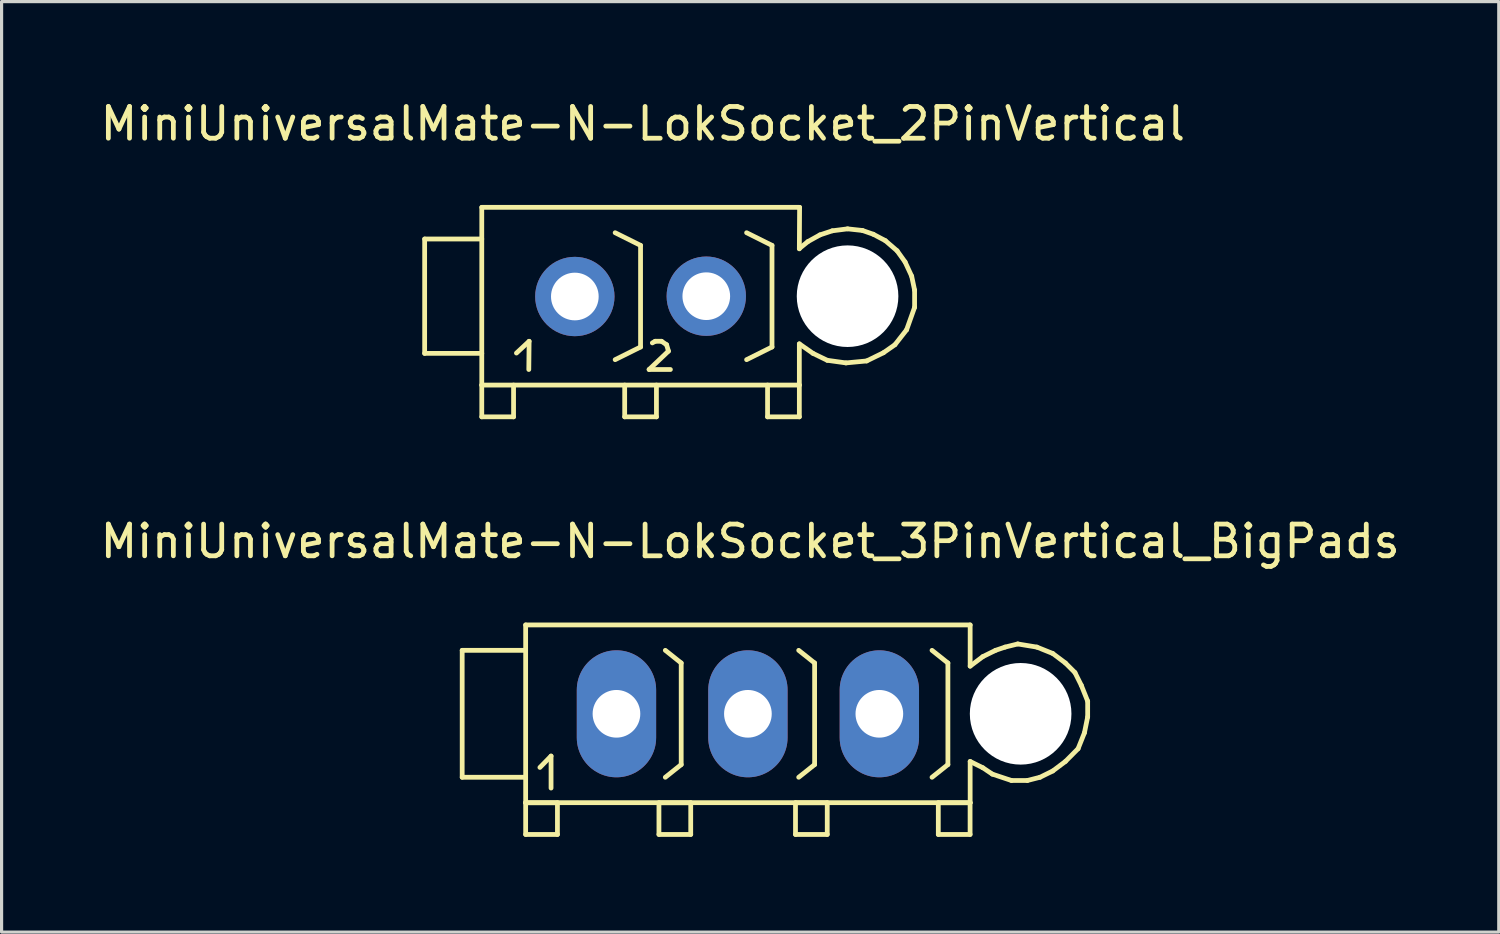
<source format=kicad_pcb>
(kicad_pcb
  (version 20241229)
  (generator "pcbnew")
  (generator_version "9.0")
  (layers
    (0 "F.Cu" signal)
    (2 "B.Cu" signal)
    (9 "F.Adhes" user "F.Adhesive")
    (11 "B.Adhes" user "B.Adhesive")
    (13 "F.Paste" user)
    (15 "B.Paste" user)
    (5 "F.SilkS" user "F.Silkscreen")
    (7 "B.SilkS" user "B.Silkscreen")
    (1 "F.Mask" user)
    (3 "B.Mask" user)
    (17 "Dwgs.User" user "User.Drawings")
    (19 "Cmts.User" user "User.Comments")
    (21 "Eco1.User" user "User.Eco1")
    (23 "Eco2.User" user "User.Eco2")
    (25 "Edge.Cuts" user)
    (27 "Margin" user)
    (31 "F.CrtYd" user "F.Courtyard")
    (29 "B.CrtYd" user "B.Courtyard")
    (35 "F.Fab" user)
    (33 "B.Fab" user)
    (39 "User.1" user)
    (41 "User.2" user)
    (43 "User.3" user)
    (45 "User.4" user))
  (footprint "MiniUniversalMate-N-LokSocket_3PinVertical_BigPads"
    (layer "F.Cu")
    (at 20.506 19.432)
    (property "Reference" "MiniUniversalMate-N-LokSocket_3PinVertical_BigPads" (at 0.071 -5.431 0) (layer "F.SilkS") (effects (font (size 1 1) (thickness 0.15))))
    (attr through_hole)
    (fp_line (start -8.999 -1.999) (end -8.999 1.999) (stroke (width 0.15) (type solid)) (layer "F.SilkS"))
    (fp_line (start -8.999 1.999) (end -7 1.999) (stroke (width 0.15) (type solid)) (layer "F.SilkS"))
    (fp_line (start -7 -2.799) (end -7 2.799) (stroke (width 0.15) (type solid)) (layer "F.SilkS"))
    (fp_line (start -7 -2.799) (end 7 -2.799) (stroke (width 0.15) (type solid)) (layer "F.SilkS"))
    (fp_line (start -7 -1.999) (end -8.999 -1.999) (stroke (width 0.15) (type solid)) (layer "F.SilkS"))
    (fp_line (start -7 2.799) (end 7 2.799) (stroke (width 0.15) (type solid)) (layer "F.SilkS"))
    (fp_line (start -7 2.802) (end -5.999 2.802) (stroke (width 0.15) (type solid)) (layer "F.SilkS"))
    (fp_line (start -7 3.8) (end -7 2.802) (stroke (width 0.15) (type solid)) (layer "F.SilkS"))
    (fp_line (start -6.551 1.689) (end -6.2 1.331) (stroke (width 0.15) (type solid)) (layer "F.SilkS"))
    (fp_line (start -6.2 1.331) (end -6.2 2.339) (stroke (width 0.15) (type solid)) (layer "F.SilkS"))
    (fp_line (start -5.999 2.802) (end -5.999 3.8) (stroke (width 0.15) (type solid)) (layer "F.SilkS"))
    (fp_line (start -5.999 3.8) (end -7 3.8) (stroke (width 0.15) (type solid)) (layer "F.SilkS"))
    (fp_line (start -2.802 2.802) (end -1.801 2.802) (stroke (width 0.15) (type solid)) (layer "F.SilkS"))
    (fp_line (start -2.802 3.8) (end -2.802 2.802) (stroke (width 0.15) (type solid)) (layer "F.SilkS"))
    (fp_line (start -2.101 -1.6) (end -2.601 -1.999) (stroke (width 0.15) (type solid)) (layer "F.SilkS"))
    (fp_line (start -2.101 -1.6) (end -2.101 1.6) (stroke (width 0.15) (type solid)) (layer "F.SilkS"))
    (fp_line (start -2.101 1.6) (end -2.601 1.999) (stroke (width 0.15) (type solid)) (layer "F.SilkS"))
    (fp_line (start -1.801 2.802) (end -1.801 3.8) (stroke (width 0.15) (type solid)) (layer "F.SilkS"))
    (fp_line (start -1.801 3.8) (end -2.802 3.8) (stroke (width 0.15) (type solid)) (layer "F.SilkS"))
    (fp_line (start 1.499 2.802) (end 2.499 2.802) (stroke (width 0.15) (type solid)) (layer "F.SilkS"))
    (fp_line (start 1.499 3.8) (end 1.499 2.802) (stroke (width 0.15) (type solid)) (layer "F.SilkS"))
    (fp_line (start 2.101 -1.6) (end 1.6 -1.999) (stroke (width 0.15) (type solid)) (layer "F.SilkS"))
    (fp_line (start 2.101 -1.6) (end 2.101 1.6) (stroke (width 0.15) (type solid)) (layer "F.SilkS"))
    (fp_line (start 2.101 1.6) (end 1.6 1.999) (stroke (width 0.15) (type solid)) (layer "F.SilkS"))
    (fp_line (start 2.499 2.802) (end 2.499 3.8) (stroke (width 0.15) (type solid)) (layer "F.SilkS"))
    (fp_line (start 2.499 3.8) (end 1.499 3.8) (stroke (width 0.15) (type solid)) (layer "F.SilkS"))
    (fp_line (start 5.997 2.802) (end 6.998 2.802) (stroke (width 0.15) (type solid)) (layer "F.SilkS"))
    (fp_line (start 5.997 3.8) (end 5.997 2.802) (stroke (width 0.15) (type solid)) (layer "F.SilkS"))
    (fp_line (start 6.299 -1.6) (end 5.799 -1.999) (stroke (width 0.15) (type solid)) (layer "F.SilkS"))
    (fp_line (start 6.299 -1.6) (end 6.299 1.6) (stroke (width 0.15) (type solid)) (layer "F.SilkS"))
    (fp_line (start 6.299 1.6) (end 5.799 1.999) (stroke (width 0.15) (type solid)) (layer "F.SilkS"))
    (fp_line (start 6.998 2.802) (end 6.998 3.8) (stroke (width 0.15) (type solid)) (layer "F.SilkS"))
    (fp_line (start 6.998 3.8) (end 5.997 3.8) (stroke (width 0.15) (type solid)) (layer "F.SilkS"))
    (fp_line (start 7 -2.799) (end 7 -1.501) (stroke (width 0.15) (type solid)) (layer "F.SilkS"))
    (fp_line (start 7 -1.501) (end 7.399 -1.801) (stroke (width 0.15) (type solid)) (layer "F.SilkS"))
    (fp_line (start 7 2.799) (end 7 1.501) (stroke (width 0.15) (type solid)) (layer "F.SilkS"))
    (fp_line (start 7.399 -1.801) (end 7.8 -1.999) (stroke (width 0.15) (type solid)) (layer "F.SilkS"))
    (fp_line (start 7.399 1.699) (end 7 1.501) (stroke (width 0.15) (type solid)) (layer "F.SilkS"))
    (fp_line (start 7.699 1.9) (end 7.399 1.699) (stroke (width 0.15) (type solid)) (layer "F.SilkS"))
    (fp_line (start 7.8 -1.999) (end 8.1 -2.101) (stroke (width 0.15) (type solid)) (layer "F.SilkS"))
    (fp_line (start 8.1 -2.101) (end 8.499 -2.2) (stroke (width 0.15) (type solid)) (layer "F.SilkS"))
    (fp_line (start 8.301 2.101) (end 7.699 1.9) (stroke (width 0.15) (type solid)) (layer "F.SilkS"))
    (fp_line (start 8.499 -2.2) (end 9.101 -2.101) (stroke (width 0.15) (type solid)) (layer "F.SilkS"))
    (fp_line (start 8.801 2.101) (end 8.301 2.101) (stroke (width 0.15) (type solid)) (layer "F.SilkS"))
    (fp_line (start 9.101 -2.101) (end 9.601 -1.9) (stroke (width 0.15) (type solid)) (layer "F.SilkS"))
    (fp_line (start 9.2 1.999) (end 8.801 2.101) (stroke (width 0.15) (type solid)) (layer "F.SilkS"))
    (fp_line (start 9.601 -1.9) (end 10 -1.6) (stroke (width 0.15) (type solid)) (layer "F.SilkS"))
    (fp_line (start 9.601 1.801) (end 9.2 1.999) (stroke (width 0.15) (type solid)) (layer "F.SilkS"))
    (fp_line (start 10 -1.6) (end 10.3 -1.3) (stroke (width 0.15) (type solid)) (layer "F.SilkS"))
    (fp_line (start 10 1.501) (end 9.601 1.801) (stroke (width 0.15) (type solid)) (layer "F.SilkS"))
    (fp_line (start 10.3 -1.3) (end 10.5 -0.899) (stroke (width 0.15) (type solid)) (layer "F.SilkS"))
    (fp_line (start 10.399 1.1) (end 10 1.501) (stroke (width 0.15) (type solid)) (layer "F.SilkS"))
    (fp_line (start 10.5 -0.899) (end 10.701 -0.399) (stroke (width 0.15) (type solid)) (layer "F.SilkS"))
    (fp_line (start 10.599 0.599) (end 10.399 1.1) (stroke (width 0.15) (type solid)) (layer "F.SilkS"))
    (fp_line (start 10.701 -0.399) (end 10.701 0.099) (stroke (width 0.15) (type solid)) (layer "F.SilkS"))
    (fp_line (start 10.701 0.099) (end 10.599 0.599) (stroke (width 0.15) (type solid)) (layer "F.SilkS"))
    (pad "" np_thru_hole circle (at 8.59 0) (size 3.2 3.2) (drill 3.2) (layers "*.Cu" "*.Mask"))
    (pad "1" thru_hole oval (at -4.14 0 90) (size 4 2.499) (drill 1.501) (layers "*.Cu" "*.Mask"))
    (pad "2" thru_hole oval (at 0 0 90) (size 4 2.499) (drill 1.501) (layers "*.Cu" "*.Mask"))
    (pad "3" thru_hole oval (at 4.14 0 90) (size 4 2.499) (drill 1.501) (layers "*.Cu" "*.Mask")))
  (footprint "MiniUniversalMate-N-LokSocket_2PinVertical"
    (layer "F.Cu")
    (at 17.125 6.279)
    (property "Reference" "MiniUniversalMate-N-LokSocket_2PinVertical" (at 0.071 -5.431 0) (layer "F.SilkS") (effects (font (size 1 1) (thickness 0.15))))
    (attr through_hole)
    (fp_line (start -6.8 -1.801) (end -6.8 1.801) (stroke (width 0.15) (type solid)) (layer "F.SilkS"))
    (fp_line (start -6.8 1.801) (end -5.001 1.801) (stroke (width 0.15) (type solid)) (layer "F.SilkS"))
    (fp_line (start -5.001 -2.799) (end -5.001 2.799) (stroke (width 0.15) (type solid)) (layer "F.SilkS"))
    (fp_line (start -5.001 -2.799) (end 5.009 -2.799) (stroke (width 0.15) (type solid)) (layer "F.SilkS"))
    (fp_line (start -5.001 -1.801) (end -6.8 -1.801) (stroke (width 0.15) (type solid)) (layer "F.SilkS"))
    (fp_line (start -5.001 2.799) (end -5.001 3.8) (stroke (width 0.15) (type solid)) (layer "F.SilkS"))
    (fp_line (start -5.001 2.799) (end 5.001 2.799) (stroke (width 0.15) (type solid)) (layer "F.SilkS"))
    (fp_line (start -5.001 3.8) (end -4 3.8) (stroke (width 0.15) (type solid)) (layer "F.SilkS"))
    (fp_line (start -4 3.8) (end -4 2.799) (stroke (width 0.15) (type solid)) (layer "F.SilkS"))
    (fp_line (start -3.909 1.791) (end -3.51 1.42) (stroke (width 0.15) (type solid)) (layer "F.SilkS"))
    (fp_line (start -3.51 1.42) (end -3.52 2.309) (stroke (width 0.15) (type solid)) (layer "F.SilkS"))
    (fp_line (start -0.5 3.8) (end -0.5 2.799) (stroke (width 0.15) (type solid)) (layer "F.SilkS"))
    (fp_line (start 0 -1.6) (end -0.8 -1.999) (stroke (width 0.15) (type solid)) (layer "F.SilkS"))
    (fp_line (start 0 -1.6) (end 0 1.6) (stroke (width 0.15) (type solid)) (layer "F.SilkS"))
    (fp_line (start 0 1.6) (end -0.8 1.999) (stroke (width 0.15) (type solid)) (layer "F.SilkS"))
    (fp_line (start 0.269 2.309) (end 0.94 2.309) (stroke (width 0.15) (type solid)) (layer "F.SilkS"))
    (fp_line (start 0.371 1.471) (end 0.46 1.42) (stroke (width 0.15) (type solid)) (layer "F.SilkS"))
    (fp_line (start 0.46 1.42) (end 0.66 1.42) (stroke (width 0.15) (type solid)) (layer "F.SilkS"))
    (fp_line (start 0.5 2.799) (end 0.5 3.8) (stroke (width 0.15) (type solid)) (layer "F.SilkS"))
    (fp_line (start 0.5 3.8) (end -0.5 3.8) (stroke (width 0.15) (type solid)) (layer "F.SilkS"))
    (fp_line (start 0.66 1.42) (end 0.82 1.529) (stroke (width 0.15) (type solid)) (layer "F.SilkS"))
    (fp_line (start 0.82 1.529) (end 0.879 1.73) (stroke (width 0.15) (type solid)) (layer "F.SilkS"))
    (fp_line (start 0.879 1.73) (end 0.269 2.309) (stroke (width 0.15) (type solid)) (layer "F.SilkS"))
    (fp_line (start 4 3.8) (end 4 2.799) (stroke (width 0.15) (type solid)) (layer "F.SilkS"))
    (fp_line (start 4.14 -1.6) (end 3.34 -1.999) (stroke (width 0.15) (type solid)) (layer "F.SilkS"))
    (fp_line (start 4.14 -1.6) (end 4.14 1.6) (stroke (width 0.15) (type solid)) (layer "F.SilkS"))
    (fp_line (start 4.14 1.6) (end 3.34 1.999) (stroke (width 0.15) (type solid)) (layer "F.SilkS"))
    (fp_line (start 5.001 -1.501) (end 5.271 -1.72) (stroke (width 0.15) (type solid)) (layer "F.SilkS"))
    (fp_line (start 5.001 2.799) (end 5.001 1.501) (stroke (width 0.15) (type solid)) (layer "F.SilkS"))
    (fp_line (start 5.001 2.799) (end 5.001 3.8) (stroke (width 0.15) (type solid)) (layer "F.SilkS"))
    (fp_line (start 5.001 3.8) (end 4 3.8) (stroke (width 0.15) (type solid)) (layer "F.SilkS"))
    (fp_line (start 5.009 -2.799) (end 5.001 -1.491) (stroke (width 0.15) (type solid)) (layer "F.SilkS"))
    (fp_line (start 5.271 -1.72) (end 5.649 -1.93) (stroke (width 0.15) (type solid)) (layer "F.SilkS"))
    (fp_line (start 5.431 1.801) (end 5.001 1.501) (stroke (width 0.15) (type solid)) (layer "F.SilkS"))
    (fp_line (start 5.649 -1.93) (end 6.04 -2.06) (stroke (width 0.15) (type solid)) (layer "F.SilkS"))
    (fp_line (start 5.88 2.019) (end 5.431 1.801) (stroke (width 0.15) (type solid)) (layer "F.SilkS"))
    (fp_line (start 6.04 -2.06) (end 6.52 -2.121) (stroke (width 0.15) (type solid)) (layer "F.SilkS"))
    (fp_line (start 6.469 2.101) (end 5.88 2.019) (stroke (width 0.15) (type solid)) (layer "F.SilkS"))
    (fp_line (start 6.52 -2.121) (end 6.99 -2.07) (stroke (width 0.15) (type solid)) (layer "F.SilkS"))
    (fp_line (start 6.99 -2.07) (end 7.33 -1.951) (stroke (width 0.15) (type solid)) (layer "F.SilkS"))
    (fp_line (start 7.12 2.04) (end 6.469 2.101) (stroke (width 0.15) (type solid)) (layer "F.SilkS"))
    (fp_line (start 7.33 -1.951) (end 7.709 -1.75) (stroke (width 0.15) (type solid)) (layer "F.SilkS"))
    (fp_line (start 7.65 1.781) (end 7.12 2.04) (stroke (width 0.15) (type solid)) (layer "F.SilkS"))
    (fp_line (start 7.709 -1.75) (end 8.08 -1.43) (stroke (width 0.15) (type solid)) (layer "F.SilkS"))
    (fp_line (start 8.011 1.529) (end 7.65 1.781) (stroke (width 0.15) (type solid)) (layer "F.SilkS"))
    (fp_line (start 8.08 -1.43) (end 8.331 -1.079) (stroke (width 0.15) (type solid)) (layer "F.SilkS"))
    (fp_line (start 8.331 -1.079) (end 8.539 -0.63) (stroke (width 0.15) (type solid)) (layer "F.SilkS"))
    (fp_line (start 8.379 1.059) (end 8.011 1.529) (stroke (width 0.15) (type solid)) (layer "F.SilkS"))
    (fp_line (start 8.539 -0.63) (end 8.631 -0.191) (stroke (width 0.15) (type solid)) (layer "F.SilkS"))
    (fp_line (start 8.631 -0.191) (end 8.631 0.351) (stroke (width 0.15) (type solid)) (layer "F.SilkS"))
    (fp_line (start 8.631 0.351) (end 8.379 1.059) (stroke (width 0.15) (type solid)) (layer "F.SilkS"))
    (pad "" np_thru_hole circle (at 6.52 0) (size 3.2 3.2) (drill 3.2) (layers "*.Cu" "*.Mask"))
    (pad "1" thru_hole circle (at -2.07 0.01 90) (size 2.499 2.499) (drill 1.501) (layers "*.Cu" "*.Mask"))
    (pad "2" thru_hole circle (at 2.07 0 90) (size 2.499 2.499) (drill 1.501) (layers "*.Cu" "*.Mask")))
  (gr_rect
    (start -3 -3)
    (end 44.155 26.307)
    (stroke (width 0.1) (type default))
    (fill no)
    (layer "Edge.Cuts")))
</source>
